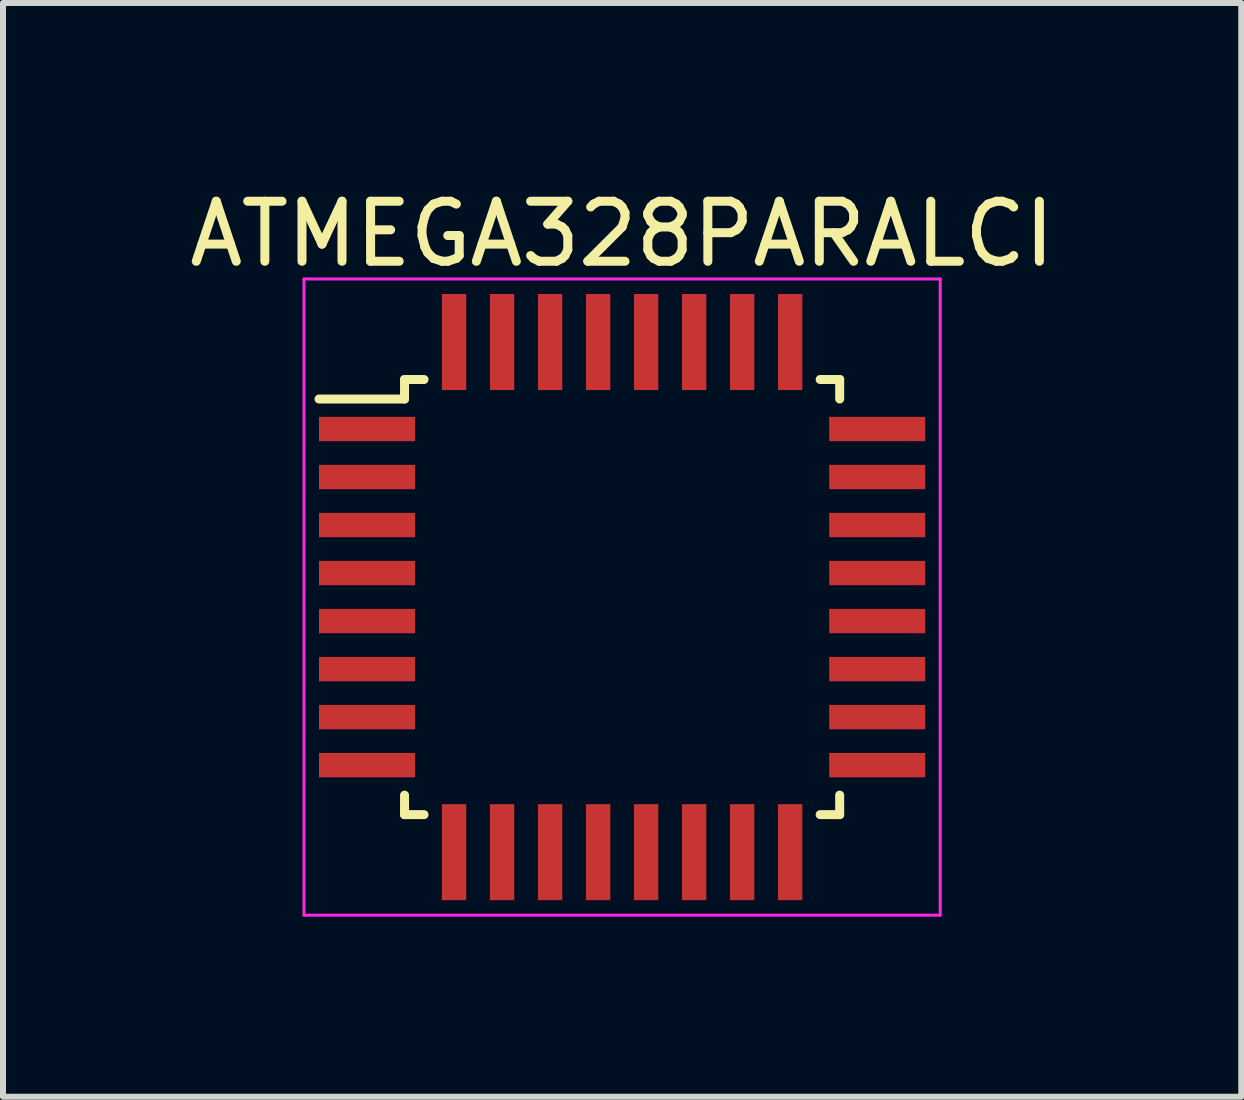
<source format=kicad_pcb>
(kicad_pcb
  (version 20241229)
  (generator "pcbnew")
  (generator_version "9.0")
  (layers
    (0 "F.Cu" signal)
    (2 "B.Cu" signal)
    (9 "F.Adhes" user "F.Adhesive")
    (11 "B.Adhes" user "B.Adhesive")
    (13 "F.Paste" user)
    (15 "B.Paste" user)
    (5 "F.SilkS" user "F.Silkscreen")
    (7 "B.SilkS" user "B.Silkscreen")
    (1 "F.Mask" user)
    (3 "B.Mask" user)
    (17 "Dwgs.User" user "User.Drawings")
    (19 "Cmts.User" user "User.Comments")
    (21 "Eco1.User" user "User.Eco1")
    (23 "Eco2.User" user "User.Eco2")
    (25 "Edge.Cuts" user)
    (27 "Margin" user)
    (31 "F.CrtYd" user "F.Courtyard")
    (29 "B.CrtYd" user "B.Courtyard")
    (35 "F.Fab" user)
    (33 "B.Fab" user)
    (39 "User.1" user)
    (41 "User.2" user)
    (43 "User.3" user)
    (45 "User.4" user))
  (footprint "ATMEGA328PARALCI"
    (layer "F.Cu")
    (at 7.315 6.898)
    (property "Reference" "ATMEGA328PARALCI" (at 0 -6.05 0) (layer "F.SilkS") (effects (font (size 1 1) (thickness 0.15))))
    (attr smd)
    (fp_line (start -3.625 -3.625) (end -3.625 -3.3) (stroke (width 0.15) (type solid)) (layer "F.SilkS"))
    (fp_line (start -3.625 -3.625) (end -3.3 -3.625) (stroke (width 0.15) (type solid)) (layer "F.SilkS"))
    (fp_line (start -3.625 -3.3) (end -5.05 -3.3) (stroke (width 0.15) (type solid)) (layer "F.SilkS"))
    (fp_line (start -3.625 3.625) (end -3.625 3.3) (stroke (width 0.15) (type solid)) (layer "F.SilkS"))
    (fp_line (start -3.625 3.625) (end -3.3 3.625) (stroke (width 0.15) (type solid)) (layer "F.SilkS"))
    (fp_line (start 3.625 -3.625) (end 3.3 -3.625) (stroke (width 0.15) (type solid)) (layer "F.SilkS"))
    (fp_line (start 3.625 -3.625) (end 3.625 -3.3) (stroke (width 0.15) (type solid)) (layer "F.SilkS"))
    (fp_line (start 3.625 3.625) (end 3.3 3.625) (stroke (width 0.15) (type solid)) (layer "F.SilkS"))
    (fp_line (start 3.625 3.625) (end 3.625 3.3) (stroke (width 0.15) (type solid)) (layer "F.SilkS"))
    (fp_line (start -5.3 -5.3) (end -5.3 5.3) (stroke (width 0.05) (type solid)) (layer "F.CrtYd"))
    (fp_line (start -5.3 -5.3) (end 5.3 -5.3) (stroke (width 0.05) (type solid)) (layer "F.CrtYd"))
    (fp_line (start -5.3 5.3) (end 5.3 5.3) (stroke (width 0.05) (type solid)) (layer "F.CrtYd"))
    (fp_line (start 5.3 -5.3) (end 5.3 5.3) (stroke (width 0.05) (type solid)) (layer "F.CrtYd"))
    (pad "1" smd rect (at -4.25 -2.8) (size 1.6 0.406) (layers "F.Cu" "F.Mask" "F.Paste"))
    (pad "2" smd rect (at -4.25 -2) (size 1.6 0.406) (layers "F.Cu" "F.Mask" "F.Paste"))
    (pad "3" smd rect (at -4.25 -1.2) (size 1.6 0.406) (layers "F.Cu" "F.Mask" "F.Paste"))
    (pad "4" smd rect (at -4.25 -0.4) (size 1.6 0.406) (layers "F.Cu" "F.Mask" "F.Paste"))
    (pad "5" smd rect (at -4.25 0.4) (size 1.6 0.406) (layers "F.Cu" "F.Mask" "F.Paste"))
    (pad "6" smd rect (at -4.25 1.2) (size 1.6 0.406) (layers "F.Cu" "F.Mask" "F.Paste"))
    (pad "7" smd rect (at -4.25 2) (size 1.6 0.406) (layers "F.Cu" "F.Mask" "F.Paste"))
    (pad "8" smd rect (at -4.25 2.8) (size 1.6 0.406) (layers "F.Cu" "F.Mask" "F.Paste"))
    (pad "9" smd rect (at -2.8 4.25 90) (size 1.6 0.406) (layers "F.Cu" "F.Mask" "F.Paste"))
    (pad "10" smd rect (at -2 4.25 90) (size 1.6 0.406) (layers "F.Cu" "F.Mask" "F.Paste"))
    (pad "11" smd rect (at -1.2 4.25 90) (size 1.6 0.406) (layers "F.Cu" "F.Mask" "F.Paste"))
    (pad "12" smd rect (at -0.4 4.25 90) (size 1.6 0.406) (layers "F.Cu" "F.Mask" "F.Paste"))
    (pad "13" smd rect (at 0.4 4.25 90) (size 1.6 0.406) (layers "F.Cu" "F.Mask" "F.Paste"))
    (pad "14" smd rect (at 1.2 4.25 90) (size 1.6 0.406) (layers "F.Cu" "F.Mask" "F.Paste"))
    (pad "15" smd rect (at 2 4.25 90) (size 1.6 0.406) (layers "F.Cu" "F.Mask" "F.Paste"))
    (pad "16" smd rect (at 2.8 4.25 90) (size 1.6 0.406) (layers "F.Cu" "F.Mask" "F.Paste"))
    (pad "17" smd rect (at 4.25 2.8) (size 1.6 0.406) (layers "F.Cu" "F.Mask" "F.Paste"))
    (pad "18" smd rect (at 4.25 2) (size 1.6 0.406) (layers "F.Cu" "F.Mask" "F.Paste"))
    (pad "19" smd rect (at 4.25 1.2) (size 1.6 0.406) (layers "F.Cu" "F.Mask" "F.Paste"))
    (pad "20" smd rect (at 4.25 0.4) (size 1.6 0.406) (layers "F.Cu" "F.Mask" "F.Paste"))
    (pad "21" smd rect (at 4.25 -0.4) (size 1.6 0.406) (layers "F.Cu" "F.Mask" "F.Paste"))
    (pad "22" smd rect (at 4.25 -1.2) (size 1.6 0.406) (layers "F.Cu" "F.Mask" "F.Paste"))
    (pad "23" smd rect (at 4.25 -2) (size 1.6 0.406) (layers "F.Cu" "F.Mask" "F.Paste"))
    (pad "24" smd rect (at 4.25 -2.8) (size 1.6 0.406) (layers "F.Cu" "F.Mask" "F.Paste"))
    (pad "25" smd rect (at 2.8 -4.25 90) (size 1.6 0.406) (layers "F.Cu" "F.Mask" "F.Paste"))
    (pad "26" smd rect (at 2 -4.25 90) (size 1.6 0.406) (layers "F.Cu" "F.Mask" "F.Paste"))
    (pad "27" smd rect (at 1.2 -4.25 90) (size 1.6 0.406) (layers "F.Cu" "F.Mask" "F.Paste"))
    (pad "28" smd rect (at 0.4 -4.25 90) (size 1.6 0.406) (layers "F.Cu" "F.Mask" "F.Paste"))
    (pad "29" smd rect (at -0.4 -4.25 90) (size 1.6 0.406) (layers "F.Cu" "F.Mask" "F.Paste"))
    (pad "30" smd rect (at -1.2 -4.25 90) (size 1.6 0.406) (layers "F.Cu" "F.Mask" "F.Paste"))
    (pad "31" smd rect (at -2 -4.25 90) (size 1.6 0.406) (layers "F.Cu" "F.Mask" "F.Paste"))
    (pad "32" smd rect (at -2.8 -4.25 90) (size 1.6 0.406) (layers "F.Cu" "F.Mask" "F.Paste")))
  (gr_rect
    (start -3 -3)
    (end 17.631 15.223)
    (stroke (width 0.1) (type default))
    (fill no)
    (layer "Edge.Cuts")))
</source>
